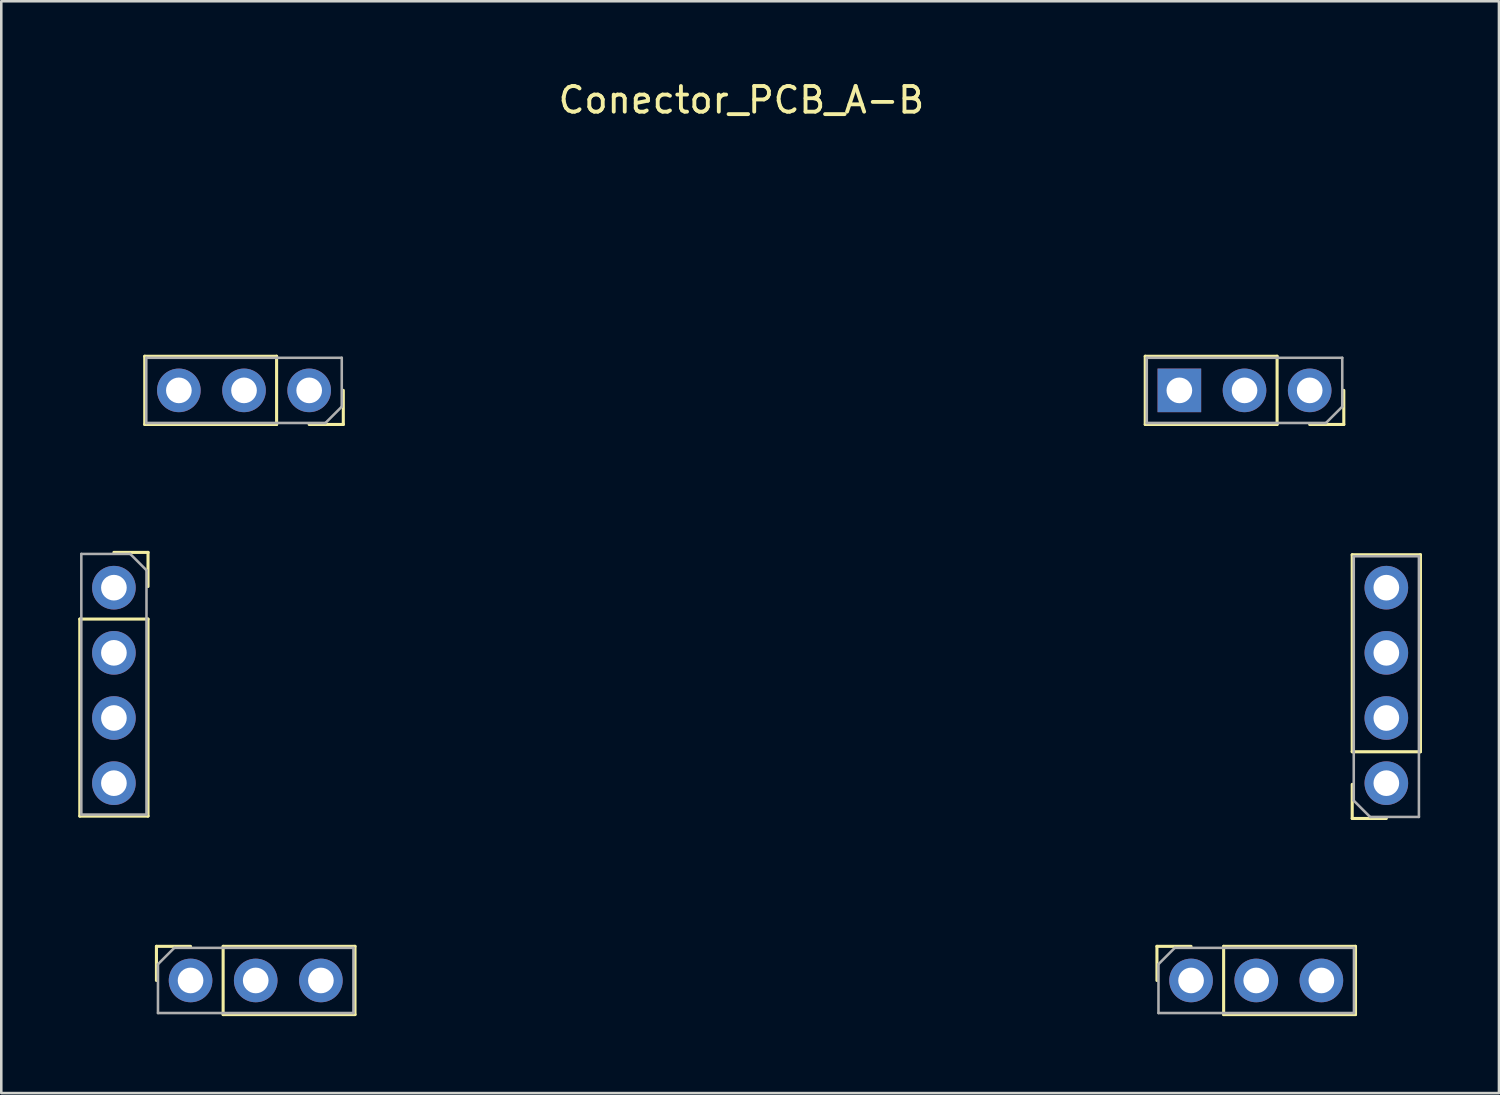
<source format=kicad_pcb>
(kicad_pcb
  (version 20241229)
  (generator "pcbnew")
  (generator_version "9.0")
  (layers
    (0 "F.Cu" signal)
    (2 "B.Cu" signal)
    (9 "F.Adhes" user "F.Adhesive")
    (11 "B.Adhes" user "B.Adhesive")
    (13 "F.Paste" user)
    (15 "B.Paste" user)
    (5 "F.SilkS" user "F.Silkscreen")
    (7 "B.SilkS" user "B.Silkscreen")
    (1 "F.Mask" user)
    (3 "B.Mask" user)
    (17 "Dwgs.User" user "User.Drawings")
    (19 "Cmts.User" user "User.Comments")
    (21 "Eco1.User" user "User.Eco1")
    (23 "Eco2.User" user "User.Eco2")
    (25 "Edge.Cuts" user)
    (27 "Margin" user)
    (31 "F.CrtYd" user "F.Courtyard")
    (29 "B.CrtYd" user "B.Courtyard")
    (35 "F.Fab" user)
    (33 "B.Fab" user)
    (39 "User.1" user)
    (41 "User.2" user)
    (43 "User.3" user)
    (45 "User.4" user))
  (footprint "Conector_PCB_A-B"
    (layer "F.Cu")
    (at 26.19 23.668)
    (property "Reference" "Conector_PCB_A-B" (at -0.34 -22.82 0) (layer "F.SilkS") (effects (font (size 1 1) (thickness 0.15))))
    (attr through_hole)
    (fp_line (start -26.13 -2.586) (end -26.13 5.094) (stroke (width 0.12) (type solid)) (layer "F.SilkS"))
    (fp_line (start -26.13 -2.586) (end -23.47 -2.586) (stroke (width 0.12) (type solid)) (layer "F.SilkS"))
    (fp_line (start -26.13 5.094) (end -23.47 5.094) (stroke (width 0.12) (type solid)) (layer "F.SilkS"))
    (fp_line (start -24.8 -5.186) (end -23.47 -5.186) (stroke (width 0.12) (type solid)) (layer "F.SilkS"))
    (fp_line (start -23.598 -12.831) (end -23.598 -10.171) (stroke (width 0.12) (type solid)) (layer "F.SilkS"))
    (fp_line (start -23.47 -5.186) (end -23.47 -3.856) (stroke (width 0.12) (type solid)) (layer "F.SilkS"))
    (fp_line (start -23.47 -2.586) (end -23.47 5.094) (stroke (width 0.12) (type solid)) (layer "F.SilkS"))
    (fp_line (start -23.142 10.171) (end -21.812 10.171) (stroke (width 0.12) (type solid)) (layer "F.SilkS"))
    (fp_line (start -23.142 11.501) (end -23.142 10.171) (stroke (width 0.12) (type solid)) (layer "F.SilkS"))
    (fp_line (start -20.542 10.171) (end -15.402 10.171) (stroke (width 0.12) (type solid)) (layer "F.SilkS"))
    (fp_line (start -20.542 12.831) (end -20.542 10.171) (stroke (width 0.12) (type solid)) (layer "F.SilkS"))
    (fp_line (start -20.542 12.831) (end -15.402 12.831) (stroke (width 0.12) (type solid)) (layer "F.SilkS"))
    (fp_line (start -18.458 -12.831) (end -23.598 -12.831) (stroke (width 0.12) (type solid)) (layer "F.SilkS"))
    (fp_line (start -18.458 -12.831) (end -18.458 -10.171) (stroke (width 0.12) (type solid)) (layer "F.SilkS"))
    (fp_line (start -18.458 -10.171) (end -23.598 -10.171) (stroke (width 0.12) (type solid)) (layer "F.SilkS"))
    (fp_line (start -15.858 -11.501) (end -15.858 -10.171) (stroke (width 0.12) (type solid)) (layer "F.SilkS"))
    (fp_line (start -15.858 -10.171) (end -17.188 -10.171) (stroke (width 0.12) (type solid)) (layer "F.SilkS"))
    (fp_line (start -15.402 12.831) (end -15.402 10.171) (stroke (width 0.12) (type solid)) (layer "F.SilkS"))
    (fp_line (start 15.402 -12.831) (end 15.402 -10.171) (stroke (width 0.12) (type solid)) (layer "F.SilkS"))
    (fp_line (start 15.858 10.171) (end 17.188 10.171) (stroke (width 0.12) (type solid)) (layer "F.SilkS"))
    (fp_line (start 15.858 11.501) (end 15.858 10.171) (stroke (width 0.12) (type solid)) (layer "F.SilkS"))
    (fp_line (start 18.458 10.171) (end 23.598 10.171) (stroke (width 0.12) (type solid)) (layer "F.SilkS"))
    (fp_line (start 18.458 12.831) (end 18.458 10.171) (stroke (width 0.12) (type solid)) (layer "F.SilkS"))
    (fp_line (start 18.458 12.831) (end 23.598 12.831) (stroke (width 0.12) (type solid)) (layer "F.SilkS"))
    (fp_line (start 20.542 -12.831) (end 15.402 -12.831) (stroke (width 0.12) (type solid)) (layer "F.SilkS"))
    (fp_line (start 20.542 -12.831) (end 20.542 -10.171) (stroke (width 0.12) (type solid)) (layer "F.SilkS"))
    (fp_line (start 20.542 -10.171) (end 15.402 -10.171) (stroke (width 0.12) (type solid)) (layer "F.SilkS"))
    (fp_line (start 23.142 -11.501) (end 23.142 -10.171) (stroke (width 0.12) (type solid)) (layer "F.SilkS"))
    (fp_line (start 23.142 -10.171) (end 21.812 -10.171) (stroke (width 0.12) (type solid)) (layer "F.SilkS"))
    (fp_line (start 23.47 2.586) (end 23.47 -5.094) (stroke (width 0.12) (type solid)) (layer "F.SilkS"))
    (fp_line (start 23.47 5.186) (end 23.47 3.856) (stroke (width 0.12) (type solid)) (layer "F.SilkS"))
    (fp_line (start 23.598 12.831) (end 23.598 10.171) (stroke (width 0.12) (type solid)) (layer "F.SilkS"))
    (fp_line (start 24.8 5.186) (end 23.47 5.186) (stroke (width 0.12) (type solid)) (layer "F.SilkS"))
    (fp_line (start 26.13 -5.094) (end 23.47 -5.094) (stroke (width 0.12) (type solid)) (layer "F.SilkS"))
    (fp_line (start 26.13 2.586) (end 23.47 2.586) (stroke (width 0.12) (type solid)) (layer "F.SilkS"))
    (fp_line (start 26.13 2.586) (end 26.13 -5.094) (stroke (width 0.12) (type solid)) (layer "F.SilkS"))
    (fp_line (start -26.07 -5.126) (end -24.165 -5.126) (stroke (width 0.1) (type solid)) (layer "F.Fab"))
    (fp_line (start -26.07 5.034) (end -26.07 -5.126) (stroke (width 0.1) (type solid)) (layer "F.Fab"))
    (fp_line (start -24.165 -5.126) (end -23.53 -4.491) (stroke (width 0.1) (type solid)) (layer "F.Fab"))
    (fp_line (start -23.538 -12.771) (end -15.918 -12.771) (stroke (width 0.1) (type solid)) (layer "F.Fab"))
    (fp_line (start -23.538 -10.231) (end -23.538 -12.771) (stroke (width 0.1) (type solid)) (layer "F.Fab"))
    (fp_line (start -23.53 -4.491) (end -23.53 5.034) (stroke (width 0.1) (type solid)) (layer "F.Fab"))
    (fp_line (start -23.53 5.034) (end -26.07 5.034) (stroke (width 0.1) (type solid)) (layer "F.Fab"))
    (fp_line (start -23.082 10.866) (end -22.447 10.231) (stroke (width 0.1) (type solid)) (layer "F.Fab"))
    (fp_line (start -23.082 12.771) (end -23.082 10.866) (stroke (width 0.1) (type solid)) (layer "F.Fab"))
    (fp_line (start -22.447 10.231) (end -15.462 10.231) (stroke (width 0.1) (type solid)) (layer "F.Fab"))
    (fp_line (start -16.553 -10.231) (end -23.538 -10.231) (stroke (width 0.1) (type solid)) (layer "F.Fab"))
    (fp_line (start -15.918 -12.771) (end -15.918 -10.866) (stroke (width 0.1) (type solid)) (layer "F.Fab"))
    (fp_line (start -15.918 -10.866) (end -16.553 -10.231) (stroke (width 0.1) (type solid)) (layer "F.Fab"))
    (fp_line (start -15.462 10.231) (end -15.462 12.771) (stroke (width 0.1) (type solid)) (layer "F.Fab"))
    (fp_line (start -15.462 12.771) (end -23.082 12.771) (stroke (width 0.1) (type solid)) (layer "F.Fab"))
    (fp_line (start 15.462 -12.771) (end 23.082 -12.771) (stroke (width 0.1) (type solid)) (layer "F.Fab"))
    (fp_line (start 15.462 -10.231) (end 15.462 -12.771) (stroke (width 0.1) (type solid)) (layer "F.Fab"))
    (fp_line (start 15.918 10.866) (end 16.553 10.231) (stroke (width 0.1) (type solid)) (layer "F.Fab"))
    (fp_line (start 15.918 12.771) (end 15.918 10.866) (stroke (width 0.1) (type solid)) (layer "F.Fab"))
    (fp_line (start 16.553 10.231) (end 23.538 10.231) (stroke (width 0.1) (type solid)) (layer "F.Fab"))
    (fp_line (start 22.447 -10.231) (end 15.462 -10.231) (stroke (width 0.1) (type solid)) (layer "F.Fab"))
    (fp_line (start 23.082 -12.771) (end 23.082 -10.866) (stroke (width 0.1) (type solid)) (layer "F.Fab"))
    (fp_line (start 23.082 -10.866) (end 22.447 -10.231) (stroke (width 0.1) (type solid)) (layer "F.Fab"))
    (fp_line (start 23.53 -5.034) (end 26.07 -5.034) (stroke (width 0.1) (type solid)) (layer "F.Fab"))
    (fp_line (start 23.53 4.491) (end 23.53 -5.034) (stroke (width 0.1) (type solid)) (layer "F.Fab"))
    (fp_line (start 23.538 10.231) (end 23.538 12.771) (stroke (width 0.1) (type solid)) (layer "F.Fab"))
    (fp_line (start 23.538 12.771) (end 15.918 12.771) (stroke (width 0.1) (type solid)) (layer "F.Fab"))
    (fp_line (start 24.165 5.126) (end 23.53 4.491) (stroke (width 0.1) (type solid)) (layer "F.Fab"))
    (fp_line (start 26.07 -5.034) (end 26.07 5.126) (stroke (width 0.1) (type solid)) (layer "F.Fab"))
    (fp_line (start 26.07 5.126) (end 24.165 5.126) (stroke (width 0.1) (type solid)) (layer "F.Fab"))
    (pad "1" thru_hole rect (at 16.732 -11.501 270) (size 1.7 1.7) (drill 1) (layers "*.Cu" "*.Mask"))
    (pad "2" thru_hole oval (at 19.272 -11.501 270) (size 1.7 1.7) (drill 1) (layers "*.Cu" "*.Mask"))
    (pad "3" thru_hole circle (at 21.812 -11.501 270) (size 1.7 1.7) (drill 1) (layers "*.Cu" "*.Mask"))
    (pad "4" thru_hole circle (at 24.8 -3.81 180) (size 1.7 1.7) (drill 1) (layers "*.Cu" "*.Mask"))
    (pad "5" thru_hole oval (at 24.8 -1.27 180) (size 1.7 1.7) (drill 1) (layers "*.Cu" "*.Mask"))
    (pad "6" thru_hole oval (at 24.8 1.27 270) (size 1.7 1.7) (drill 1) (layers "*.Cu" "*.Mask"))
    (pad "7" thru_hole circle (at 24.8 3.81 180) (size 1.7 1.7) (drill 1) (layers "*.Cu" "*.Mask"))
    (pad "8" thru_hole oval (at 22.268 11.501 90) (size 1.7 1.7) (drill 1) (layers "*.Cu" "*.Mask"))
    (pad "9" thru_hole oval (at 19.728 11.501 90) (size 1.7 1.7) (drill 1) (layers "*.Cu" "*.Mask"))
    (pad "10" thru_hole circle (at 17.188 11.501 90) (size 1.7 1.7) (drill 1) (layers "*.Cu" "*.Mask"))
    (pad "11" thru_hole circle (at -17.188 -11.501 270) (size 1.7 1.7) (drill 1) (layers "*.Cu" "*.Mask"))
    (pad "12" thru_hole oval (at -19.728 -11.501 270) (size 1.7 1.7) (drill 1) (layers "*.Cu" "*.Mask"))
    (pad "13" thru_hole oval (at -22.268 -11.501 270) (size 1.7 1.7) (drill 1) (layers "*.Cu" "*.Mask"))
    (pad "14" thru_hole circle (at -24.8 -3.81) (size 1.7 1.7) (drill 1) (layers "*.Cu" "*.Mask"))
    (pad "15" thru_hole oval (at -24.8 -1.27) (size 1.7 1.7) (drill 1) (layers "*.Cu" "*.Mask"))
    (pad "16" thru_hole oval (at -24.8 1.27) (size 1.7 1.7) (drill 1) (layers "*.Cu" "*.Mask"))
    (pad "17" thru_hole oval (at -24.8 3.81) (size 1.7 1.7) (drill 1) (layers "*.Cu" "*.Mask"))
    (pad "18" thru_hole circle (at -21.812 11.501 90) (size 1.7 1.7) (drill 1) (layers "*.Cu" "*.Mask"))
    (pad "19" thru_hole oval (at -19.272 11.501 90) (size 1.7 1.7) (drill 1) (layers "*.Cu" "*.Mask"))
    (pad "20" thru_hole oval (at -16.732 11.501 90) (size 1.7 1.7) (drill 1) (layers "*.Cu" "*.Mask")))
  (gr_rect
    (start -3 -3)
    (end 55.38 39.559)
    (stroke (width 0.1) (type default))
    (fill no)
    (layer "Edge.Cuts")))
</source>
